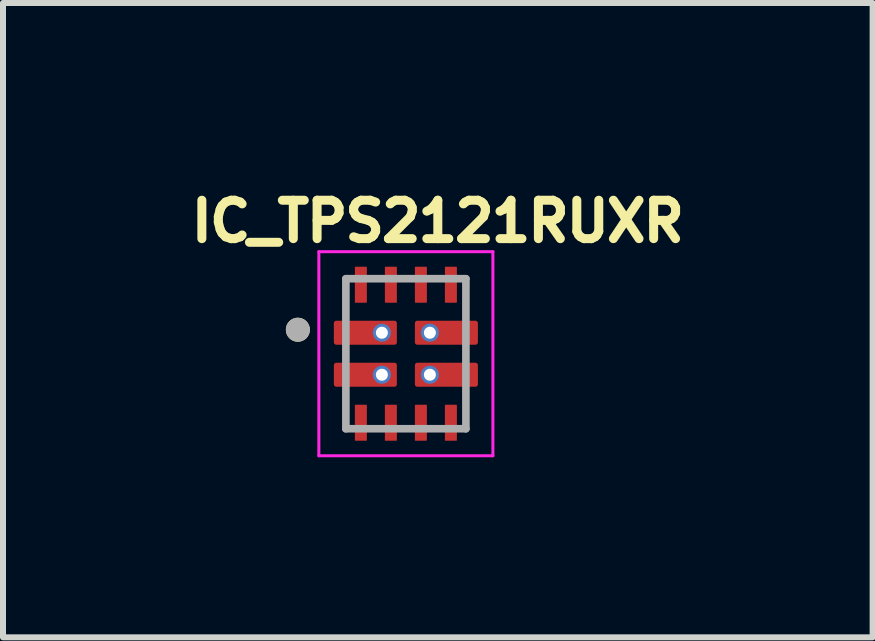
<source format=kicad_pcb>
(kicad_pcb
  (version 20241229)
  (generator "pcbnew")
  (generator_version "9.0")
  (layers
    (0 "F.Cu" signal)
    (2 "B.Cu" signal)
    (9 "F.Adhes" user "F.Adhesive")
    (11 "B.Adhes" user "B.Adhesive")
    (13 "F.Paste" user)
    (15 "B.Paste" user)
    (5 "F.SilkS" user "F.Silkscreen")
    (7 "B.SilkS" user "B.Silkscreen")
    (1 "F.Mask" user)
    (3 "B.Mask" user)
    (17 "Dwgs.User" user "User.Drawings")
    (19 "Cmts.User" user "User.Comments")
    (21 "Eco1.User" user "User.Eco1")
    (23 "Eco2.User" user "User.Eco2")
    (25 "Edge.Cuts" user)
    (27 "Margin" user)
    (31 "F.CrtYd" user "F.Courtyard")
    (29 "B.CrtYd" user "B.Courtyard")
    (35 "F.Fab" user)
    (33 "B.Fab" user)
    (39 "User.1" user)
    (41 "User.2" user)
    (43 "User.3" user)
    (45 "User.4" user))
  (footprint "IC_TPS2121RUXR"
    (layer "F.Cu")
    (at 3.713 2.844)
    (property "Reference" "IC_TPS2121RUXR" (at 0.532 -2.206 0) (layer "F.SilkS") (effects (font (size 0.64 0.64) (thickness 0.15))))
    (attr smd)
    (fp_poly (pts (xy -1.25 -0.6) (xy -0.1 -0.6) (xy -0.1 -0.1) (xy -1.25 -0.1)) (stroke (width 0.01) (type solid)) (fill yes) (layer "F.Mask"))
    (fp_poly (pts (xy -1.25 0.1) (xy -0.1 0.1) (xy -0.1 0.6) (xy -1.25 0.6)) (stroke (width 0.01) (type solid)) (fill yes) (layer "F.Mask"))
    (fp_poly (pts (xy -0.9 -1.5) (xy -0.6 -1.5) (xy -0.6 -0.8) (xy -0.9 -0.8)) (stroke (width 0.01) (type solid)) (fill yes) (layer "F.Mask"))
    (fp_poly (pts (xy -0.9 0.8) (xy -0.6 0.8) (xy -0.6 1.5) (xy -0.9 1.5)) (stroke (width 0.01) (type solid)) (fill yes) (layer "F.Mask"))
    (fp_poly (pts (xy -0.4 -1.5) (xy -0.1 -1.5) (xy -0.1 -0.8) (xy -0.4 -0.8)) (stroke (width 0.01) (type solid)) (fill yes) (layer "F.Mask"))
    (fp_poly (pts (xy -0.4 0.8) (xy -0.1 0.8) (xy -0.1 1.5) (xy -0.4 1.5)) (stroke (width 0.01) (type solid)) (fill yes) (layer "F.Mask"))
    (fp_poly (pts (xy 0.1 -1.5) (xy 0.4 -1.5) (xy 0.4 -0.8) (xy 0.1 -0.8)) (stroke (width 0.01) (type solid)) (fill yes) (layer "F.Mask"))
    (fp_poly (pts (xy 0.1 -0.6) (xy 1.25 -0.6) (xy 1.25 -0.1) (xy 0.1 -0.1)) (stroke (width 0.01) (type solid)) (fill yes) (layer "F.Mask"))
    (fp_poly (pts (xy 0.1 0.1) (xy 1.25 0.1) (xy 1.25 0.6) (xy 0.1 0.6)) (stroke (width 0.01) (type solid)) (fill yes) (layer "F.Mask"))
    (fp_poly (pts (xy 0.1 0.8) (xy 0.4 0.8) (xy 0.4 1.5) (xy 0.1 1.5)) (stroke (width 0.01) (type solid)) (fill yes) (layer "F.Mask"))
    (fp_poly (pts (xy 0.6 -1.5) (xy 0.9 -1.5) (xy 0.9 -0.8) (xy 0.6 -0.8)) (stroke (width 0.01) (type solid)) (fill yes) (layer "F.Mask"))
    (fp_poly (pts (xy 0.6 0.8) (xy 0.9 0.8) (xy 0.9 1.5) (xy 0.6 1.5)) (stroke (width 0.01) (type solid)) (fill yes) (layer "F.Mask"))
    (fp_circle (center -1.8 -0.4) (end -1.7 -0.4) (stroke (width 0.2) (type solid)) (fill no) (layer "F.SilkS"))
    (fp_line (start -1.45 -1.7) (end 1.45 -1.7) (stroke (width 0.05) (type solid)) (layer "F.CrtYd"))
    (fp_line (start -1.45 1.7) (end -1.45 -1.7) (stroke (width 0.05) (type solid)) (layer "F.CrtYd"))
    (fp_line (start 1.45 -1.7) (end 1.45 1.7) (stroke (width 0.05) (type solid)) (layer "F.CrtYd"))
    (fp_line (start 1.45 1.7) (end -1.45 1.7) (stroke (width 0.05) (type solid)) (layer "F.CrtYd"))
    (fp_line (start -1 -1.25) (end 1 -1.25) (stroke (width 0.127) (type solid)) (layer "F.Fab"))
    (fp_line (start -1 1.25) (end -1 -1.25) (stroke (width 0.127) (type solid)) (layer "F.Fab"))
    (fp_line (start 1 -1.25) (end 1 1.25) (stroke (width 0.127) (type solid)) (layer "F.Fab"))
    (fp_line (start 1 1.25) (end -1 1.25) (stroke (width 0.127) (type solid)) (layer "F.Fab"))
    (fp_circle (center -1.8 -0.4) (end -1.7 -0.4) (stroke (width 0.2) (type solid)) (fill no) (layer "F.Fab"))
    (pad "1" smd roundrect (at -0.675 -0.35) (size 1.05 0.4) (layers "F.Cu" "F.Paste") (roundrect_rratio 0.1))
    (pad "1_1" thru_hole circle (at -0.4 -0.35) (size 0.3 0.3) (drill 0.2) (layers "*.Cu"))
    (pad "2" smd roundrect (at -0.675 0.35) (size 1.05 0.4) (layers "F.Cu" "F.Paste") (roundrect_rratio 0.1))
    (pad "2_1" thru_hole circle (at -0.4 0.35) (size 0.3 0.3) (drill 0.2) (layers "*.Cu"))
    (pad "3" smd roundrect (at -0.75 1.15 90) (size 0.6 0.2) (layers "F.Cu" "F.Paste") (roundrect_rratio 0.05))
    (pad "4" smd roundrect (at -0.25 1.15 90) (size 0.6 0.2) (layers "F.Cu" "F.Paste") (roundrect_rratio 0.05))
    (pad "5" smd roundrect (at 0.25 1.15 90) (size 0.6 0.2) (layers "F.Cu" "F.Paste") (roundrect_rratio 0.05))
    (pad "6" smd roundrect (at 0.75 1.15 90) (size 0.6 0.2) (layers "F.Cu" "F.Paste") (roundrect_rratio 0.05))
    (pad "7" smd roundrect (at 0.675 0.35) (size 1.05 0.4) (layers "F.Cu" "F.Paste") (roundrect_rratio 0.1))
    (pad "7_1" thru_hole circle (at 0.4 0.35) (size 0.3 0.3) (drill 0.2) (layers "*.Cu"))
    (pad "8" smd roundrect (at 0.675 -0.35) (size 1.05 0.4) (layers "F.Cu" "F.Paste") (roundrect_rratio 0.1))
    (pad "8_1" thru_hole circle (at 0.4 -0.35) (size 0.3 0.3) (drill 0.2) (layers "*.Cu"))
    (pad "9" smd roundrect (at 0.75 -1.15 270) (size 0.6 0.2) (layers "F.Cu" "F.Paste") (roundrect_rratio 0.05))
    (pad "10" smd roundrect (at 0.25 -1.15 270) (size 0.6 0.2) (layers "F.Cu" "F.Paste") (roundrect_rratio 0.05))
    (pad "11" smd roundrect (at -0.25 -1.15 270) (size 0.6 0.2) (layers "F.Cu" "F.Paste") (roundrect_rratio 0.05))
    (pad "12" smd roundrect (at -0.75 -1.15 270) (size 0.6 0.2) (layers "F.Cu" "F.Paste") (roundrect_rratio 0.05)))
  (gr_rect
    (start -3 -3)
    (end 11.49 7.569)
    (stroke (width 0.1) (type default))
    (fill no)
    (layer "Edge.Cuts")))
</source>
